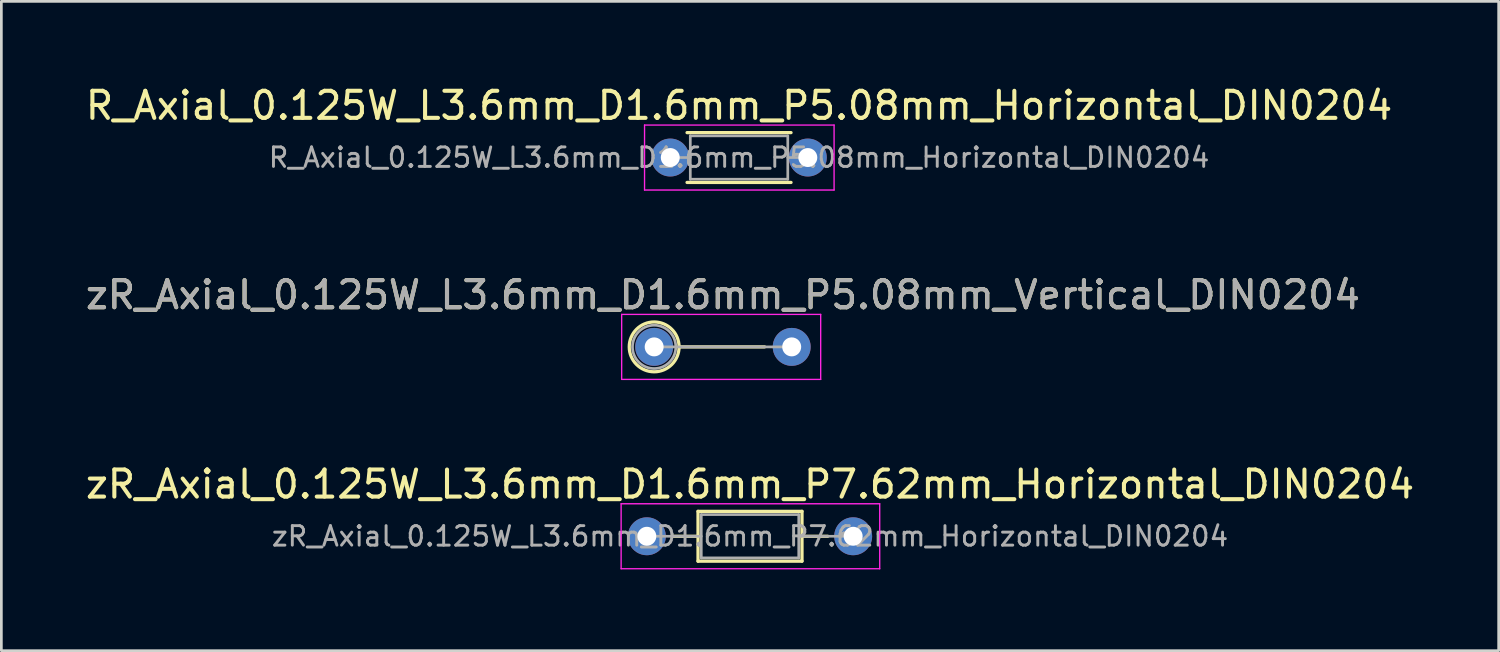
<source format=kicad_pcb>
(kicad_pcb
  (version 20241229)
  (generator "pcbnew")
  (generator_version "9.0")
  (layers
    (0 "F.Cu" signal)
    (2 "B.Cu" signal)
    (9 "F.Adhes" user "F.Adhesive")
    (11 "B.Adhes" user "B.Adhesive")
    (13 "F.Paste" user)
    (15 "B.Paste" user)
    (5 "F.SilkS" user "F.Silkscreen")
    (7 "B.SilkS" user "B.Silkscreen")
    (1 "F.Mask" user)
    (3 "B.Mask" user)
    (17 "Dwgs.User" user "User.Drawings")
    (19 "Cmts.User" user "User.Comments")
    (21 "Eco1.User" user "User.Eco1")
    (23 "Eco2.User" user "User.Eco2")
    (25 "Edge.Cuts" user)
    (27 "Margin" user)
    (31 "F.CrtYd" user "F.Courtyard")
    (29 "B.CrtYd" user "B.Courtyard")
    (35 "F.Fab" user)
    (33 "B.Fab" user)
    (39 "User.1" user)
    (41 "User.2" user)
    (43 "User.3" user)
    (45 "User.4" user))
  (footprint "zR_Axial_0.125W_L3.6mm_D1.6mm_P5.08mm_Vertical_DIN0204"
    (layer "F.Cu")
    (at 21.109 9.761)
    (property "Reference" "zR_Axial_0.125W_L3.6mm_D1.6mm_P5.08mm_Vertical_DIN0204" (at 2.54 -1.92 0) (layer "F.SilkS") (effects (font (size 1 1) (thickness 0.15))))
    (attr through_hole)
    (fp_line (start 0.92 0) (end 4.08 0) (stroke (width 0.12) (type solid)) (layer "F.SilkS"))
    (fp_circle (center 0 0) (end 0.92 0) (stroke (width 0.12) (type solid)) (fill no) (layer "F.SilkS"))
    (fp_line (start -1.2 -1.2) (end -1.2 1.2) (stroke (width 0.05) (type solid)) (layer "F.CrtYd"))
    (fp_line (start -1.2 1.2) (end 6.15 1.2) (stroke (width 0.05) (type solid)) (layer "F.CrtYd"))
    (fp_line (start 6.15 -1.2) (end -1.2 -1.2) (stroke (width 0.05) (type solid)) (layer "F.CrtYd"))
    (fp_line (start 6.15 1.2) (end 6.15 -1.2) (stroke (width 0.05) (type solid)) (layer "F.CrtYd"))
    (fp_line (start 0 0) (end 5.08 0) (stroke (width 0.1) (type solid)) (layer "F.Fab"))
    (fp_circle (center 0 0) (end 0.8 0) (stroke (width 0.1) (type solid)) (fill no) (layer "F.Fab"))
    (fp_text user "${REFERENCE}" (at 2.54 -1.92 0) (layer "F.Fab") (effects (font (size 1 1) (thickness 0.15))))
    (pad "1" thru_hole circle (at 0 0) (size 1.4 1.4) (drill 0.7) (layers "*.Cu" "*.Mask"))
    (pad "2" thru_hole oval (at 5.08 0) (size 1.4 1.4) (drill 0.7) (layers "*.Cu" "*.Mask")))
  (footprint "R_Axial_0.125W_L3.6mm_D1.6mm_P5.08mm_Horizontal_DIN0204"
    (layer "F.Cu")
    (at 21.704 2.768)
    (property "Reference" "R_Axial_0.125W_L3.6mm_D1.6mm_P5.08mm_Horizontal_DIN0204" (at 2.54 -1.92 0) (layer "F.SilkS") (effects (font (size 1 1) (thickness 0.15))))
    (attr through_hole)
    (fp_line (start 0.62 -0.92) (end 4.46 -0.92) (stroke (width 0.12) (type solid)) (layer "F.SilkS"))
    (fp_line (start 0.62 0.92) (end 4.46 0.92) (stroke (width 0.12) (type solid)) (layer "F.SilkS"))
    (fp_line (start -0.95 -1.2) (end -0.95 1.2) (stroke (width 0.05) (type solid)) (layer "F.CrtYd"))
    (fp_line (start -0.95 1.2) (end 6.05 1.2) (stroke (width 0.05) (type solid)) (layer "F.CrtYd"))
    (fp_line (start 6.05 -1.2) (end -0.95 -1.2) (stroke (width 0.05) (type solid)) (layer "F.CrtYd"))
    (fp_line (start 6.05 1.2) (end 6.05 -1.2) (stroke (width 0.05) (type solid)) (layer "F.CrtYd"))
    (fp_line (start 0 0) (end 0.74 0) (stroke (width 0.1) (type solid)) (layer "F.Fab"))
    (fp_line (start 0.74 -0.8) (end 0.74 0.8) (stroke (width 0.1) (type solid)) (layer "F.Fab"))
    (fp_line (start 0.74 0.8) (end 4.34 0.8) (stroke (width 0.1) (type solid)) (layer "F.Fab"))
    (fp_line (start 4.34 -0.8) (end 0.74 -0.8) (stroke (width 0.1) (type solid)) (layer "F.Fab"))
    (fp_line (start 4.34 0.8) (end 4.34 -0.8) (stroke (width 0.1) (type solid)) (layer "F.Fab"))
    (fp_line (start 5.08 0) (end 4.34 0) (stroke (width 0.1) (type solid)) (layer "F.Fab"))
    (fp_text user "${REFERENCE}" (at 2.54 0 0) (layer "F.Fab") (effects (font (size 0.72 0.72) (thickness 0.108))))
    (pad "1" thru_hole circle (at 0 0) (size 1.4 1.4) (drill 0.7) (layers "*.Cu" "*.Mask"))
    (pad "2" thru_hole oval (at 5.08 0) (size 1.4 1.4) (drill 0.7) (layers "*.Cu" "*.Mask")))
  (footprint "zR_Axial_0.125W_L3.6mm_D1.6mm_P7.62mm_Horizontal_DIN0204"
    (layer "F.Cu")
    (at 20.839 16.755)
    (property "Reference" "zR_Axial_0.125W_L3.6mm_D1.6mm_P7.62mm_Horizontal_DIN0204" (at 3.81 -1.92 0) (layer "F.SilkS") (effects (font (size 1 1) (thickness 0.15))))
    (attr through_hole)
    (fp_line (start 0.94 0) (end 1.89 0) (stroke (width 0.12) (type solid)) (layer "F.SilkS"))
    (fp_line (start 1.89 -0.92) (end 1.89 0.92) (stroke (width 0.12) (type solid)) (layer "F.SilkS"))
    (fp_line (start 1.89 0.92) (end 5.73 0.92) (stroke (width 0.12) (type solid)) (layer "F.SilkS"))
    (fp_line (start 5.73 -0.92) (end 1.89 -0.92) (stroke (width 0.12) (type solid)) (layer "F.SilkS"))
    (fp_line (start 5.73 0.92) (end 5.73 -0.92) (stroke (width 0.12) (type solid)) (layer "F.SilkS"))
    (fp_line (start 6.68 0) (end 5.73 0) (stroke (width 0.12) (type solid)) (layer "F.SilkS"))
    (fp_line (start -0.95 -1.2) (end -0.95 1.2) (stroke (width 0.05) (type solid)) (layer "F.CrtYd"))
    (fp_line (start -0.95 1.2) (end 8.6 1.2) (stroke (width 0.05) (type solid)) (layer "F.CrtYd"))
    (fp_line (start 8.6 -1.2) (end -0.95 -1.2) (stroke (width 0.05) (type solid)) (layer "F.CrtYd"))
    (fp_line (start 8.6 1.2) (end 8.6 -1.2) (stroke (width 0.05) (type solid)) (layer "F.CrtYd"))
    (fp_line (start 0 0) (end 2.01 0) (stroke (width 0.1) (type solid)) (layer "F.Fab"))
    (fp_line (start 2.01 -0.8) (end 2.01 0.8) (stroke (width 0.1) (type solid)) (layer "F.Fab"))
    (fp_line (start 2.01 0.8) (end 5.61 0.8) (stroke (width 0.1) (type solid)) (layer "F.Fab"))
    (fp_line (start 5.61 -0.8) (end 2.01 -0.8) (stroke (width 0.1) (type solid)) (layer "F.Fab"))
    (fp_line (start 5.61 0.8) (end 5.61 -0.8) (stroke (width 0.1) (type solid)) (layer "F.Fab"))
    (fp_line (start 7.62 0) (end 5.61 0) (stroke (width 0.1) (type solid)) (layer "F.Fab"))
    (fp_text user "${REFERENCE}" (at 3.81 0 0) (layer "F.Fab") (effects (font (size 0.72 0.72) (thickness 0.108))))
    (pad "1" thru_hole circle (at 0 0) (size 1.4 1.4) (drill 0.7) (layers "*.Cu" "*.Mask"))
    (pad "2" thru_hole oval (at 7.62 0) (size 1.4 1.4) (drill 0.7) (layers "*.Cu" "*.Mask")))
  (gr_rect
    (start -3 -3)
    (end 52.298 20.98)
    (stroke (width 0.1) (type default))
    (fill no)
    (layer "Edge.Cuts")))
</source>
